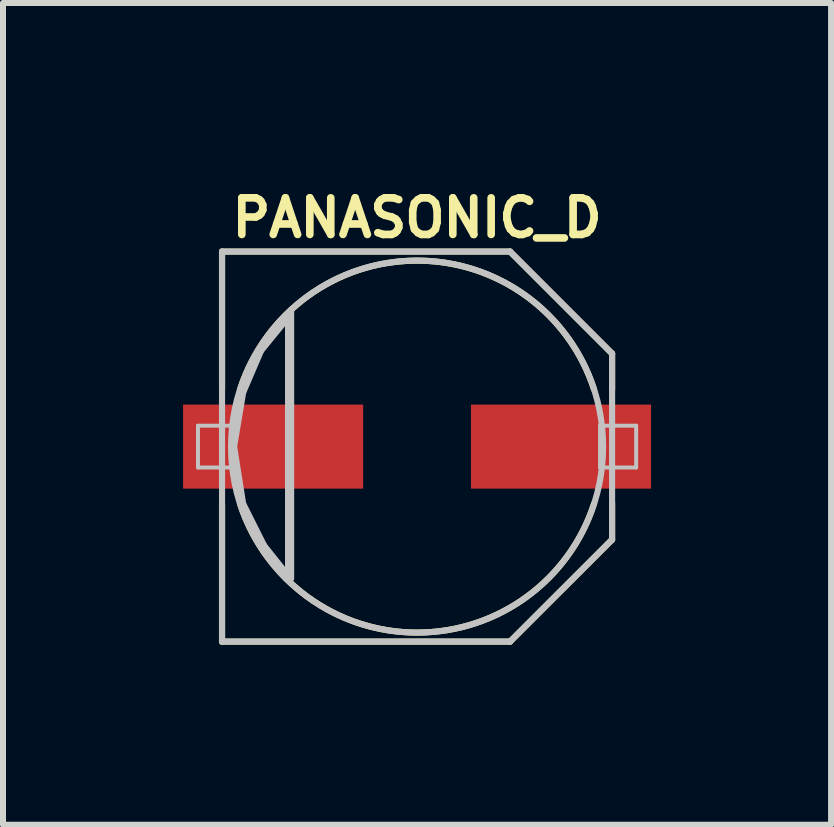
<source format=kicad_pcb>
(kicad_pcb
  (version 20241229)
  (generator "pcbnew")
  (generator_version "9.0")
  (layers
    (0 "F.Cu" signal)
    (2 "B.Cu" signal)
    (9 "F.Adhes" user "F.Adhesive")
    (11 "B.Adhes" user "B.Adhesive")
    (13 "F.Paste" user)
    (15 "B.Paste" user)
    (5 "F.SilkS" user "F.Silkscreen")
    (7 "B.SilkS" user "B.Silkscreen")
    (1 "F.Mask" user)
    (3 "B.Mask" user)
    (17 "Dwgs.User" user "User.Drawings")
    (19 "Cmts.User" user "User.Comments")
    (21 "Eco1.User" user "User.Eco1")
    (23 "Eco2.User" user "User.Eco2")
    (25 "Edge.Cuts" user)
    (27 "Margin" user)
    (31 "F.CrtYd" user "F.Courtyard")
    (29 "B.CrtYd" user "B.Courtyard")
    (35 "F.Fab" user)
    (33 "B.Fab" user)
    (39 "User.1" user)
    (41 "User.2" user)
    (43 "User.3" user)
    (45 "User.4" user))
  (footprint "PANASONIC_D"
    (layer "F.Cu")
    (at 3.898 4.39)
    (property "Reference" "PANASONIC_D" (at 0 -3.81 0) (layer "F.SilkS") (effects (font (size 0.61 0.61) (thickness 0.127))))
    (attr smd)
    (fp_line (start -3.249 -3.249) (end 1.549 -3.249) (stroke (width 0.102) (type solid)) (layer "F.SilkS"))
    (fp_line (start -3.249 -0.95) (end -3.249 -3.249) (stroke (width 0.102) (type solid)) (layer "F.SilkS"))
    (fp_line (start -3.249 3.249) (end -3.249 0.95) (stroke (width 0.102) (type solid)) (layer "F.SilkS"))
    (fp_line (start 1.549 -3.249) (end 3.249 -1.549) (stroke (width 0.102) (type solid)) (layer "F.SilkS"))
    (fp_line (start 1.549 3.249) (end -3.249 3.249) (stroke (width 0.102) (type solid)) (layer "F.SilkS"))
    (fp_line (start 3.249 -1.549) (end 3.249 -0.95) (stroke (width 0.102) (type solid)) (layer "F.SilkS"))
    (fp_line (start 3.249 0.95) (end 3.249 1.549) (stroke (width 0.102) (type solid)) (layer "F.SilkS"))
    (fp_line (start 3.249 1.549) (end 1.549 3.249) (stroke (width 0.102) (type solid)) (layer "F.SilkS"))
    (fp_arc (start -2.94894 -0.94996) (mid -0.0024 -3.098171) (end 2.947465 -0.954527) (stroke (width 0.1016) (type solid)) (layer "F.SilkS"))
    (fp_arc (start 2.94894 0.94996) (mid 0.0024 3.098171) (end -2.947465 0.954527) (stroke (width 0.1016) (type solid)) (layer "F.SilkS"))
    (fp_line (start -3.65 -0.348) (end -3.048 -0.348) (stroke (width 0.066) (type solid)) (layer "Dwgs.User"))
    (fp_line (start -3.65 0.348) (end -3.65 -0.348) (stroke (width 0.066) (type solid)) (layer "Dwgs.User"))
    (fp_line (start -3.65 0.348) (end -3.048 0.348) (stroke (width 0.066) (type solid)) (layer "Dwgs.User"))
    (fp_line (start -3.249 -3.249) (end 1.549 -3.249) (stroke (width 0.102) (type solid)) (layer "Dwgs.User"))
    (fp_line (start -3.249 3.249) (end -3.249 -3.249) (stroke (width 0.102) (type solid)) (layer "Dwgs.User"))
    (fp_line (start -3.048 0) (end -2.898 0.95) (stroke (width 0.102) (type solid)) (layer "Dwgs.User"))
    (fp_line (start -3.048 0.348) (end -3.048 -0.348) (stroke (width 0.066) (type solid)) (layer "Dwgs.User"))
    (fp_line (start -2.898 -0.899) (end -3.048 0) (stroke (width 0.102) (type solid)) (layer "Dwgs.User"))
    (fp_line (start -2.898 0.95) (end -2.548 1.648) (stroke (width 0.102) (type solid)) (layer "Dwgs.User"))
    (fp_line (start -2.598 -1.598) (end -2.898 -0.899) (stroke (width 0.102) (type solid)) (layer "Dwgs.User"))
    (fp_line (start -2.548 1.648) (end -2.149 2.149) (stroke (width 0.102) (type solid)) (layer "Dwgs.User"))
    (fp_line (start -2.149 -2.149) (end -2.598 -1.598) (stroke (width 0.102) (type solid)) (layer "Dwgs.User"))
    (fp_line (start -2.149 -2.098) (end -2.149 -2.149) (stroke (width 0.102) (type solid)) (layer "Dwgs.User"))
    (fp_line (start -2.149 2.149) (end -2.149 -2.098) (stroke (width 0.102) (type solid)) (layer "Dwgs.User"))
    (fp_line (start -2.098 -2.248) (end -2.098 2.2) (stroke (width 0.102) (type solid)) (layer "Dwgs.User"))
    (fp_line (start 1.549 -3.249) (end 3.249 -1.549) (stroke (width 0.102) (type solid)) (layer "Dwgs.User"))
    (fp_line (start 1.549 3.249) (end -3.249 3.249) (stroke (width 0.102) (type solid)) (layer "Dwgs.User"))
    (fp_line (start 3.048 -0.348) (end 3.65 -0.348) (stroke (width 0.066) (type solid)) (layer "Dwgs.User"))
    (fp_line (start 3.048 0.348) (end 3.048 -0.348) (stroke (width 0.066) (type solid)) (layer "Dwgs.User"))
    (fp_line (start 3.048 0.348) (end 3.65 0.348) (stroke (width 0.066) (type solid)) (layer "Dwgs.User"))
    (fp_line (start 3.249 -1.549) (end 3.249 1.549) (stroke (width 0.102) (type solid)) (layer "Dwgs.User"))
    (fp_line (start 3.249 1.549) (end 1.549 3.249) (stroke (width 0.102) (type solid)) (layer "Dwgs.User"))
    (fp_line (start 3.65 0.348) (end 3.65 -0.348) (stroke (width 0.066) (type solid)) (layer "Dwgs.User"))
    (fp_circle (center 0 0) (end 0 -3.099) (stroke (width 0.102) (type solid)) (fill no) (layer "Dwgs.User"))
    (pad "+" smd rect (at 2.398 0) (size 3 1.4) (layers "F.Cu" "F.Mask" "F.Paste"))
    (pad "-" smd rect (at -2.398 0) (size 3 1.4) (layers "F.Cu" "F.Mask" "F.Paste")))
  (gr_rect
    (start -3 -3)
    (end 10.795 10.689)
    (stroke (width 0.1) (type default))
    (fill no)
    (layer "Edge.Cuts")))
</source>
